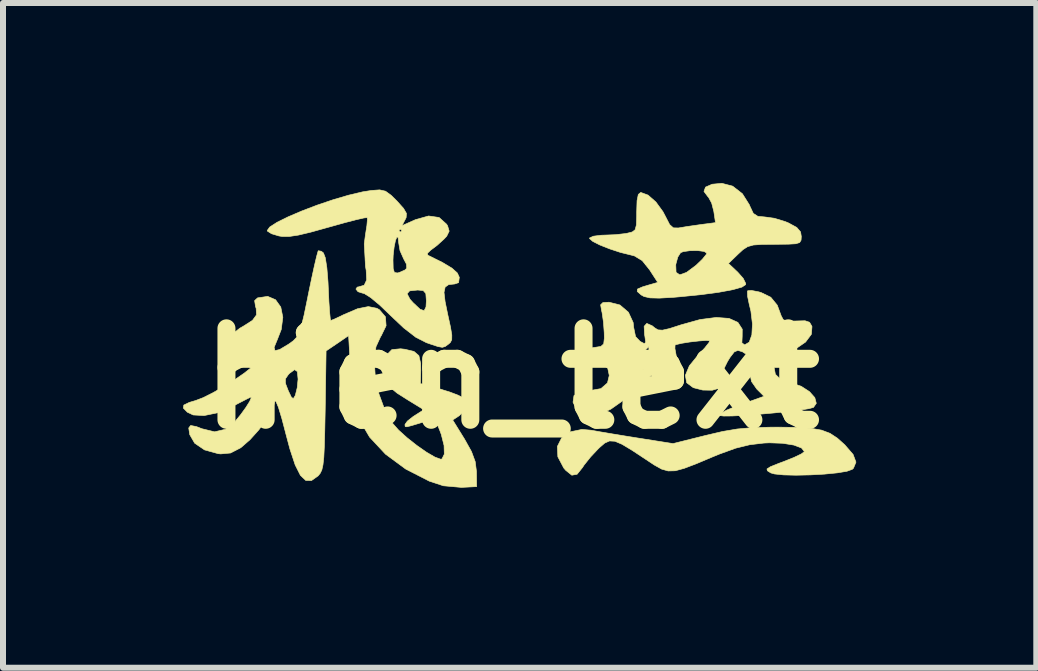
<source format=kicad_pcb>
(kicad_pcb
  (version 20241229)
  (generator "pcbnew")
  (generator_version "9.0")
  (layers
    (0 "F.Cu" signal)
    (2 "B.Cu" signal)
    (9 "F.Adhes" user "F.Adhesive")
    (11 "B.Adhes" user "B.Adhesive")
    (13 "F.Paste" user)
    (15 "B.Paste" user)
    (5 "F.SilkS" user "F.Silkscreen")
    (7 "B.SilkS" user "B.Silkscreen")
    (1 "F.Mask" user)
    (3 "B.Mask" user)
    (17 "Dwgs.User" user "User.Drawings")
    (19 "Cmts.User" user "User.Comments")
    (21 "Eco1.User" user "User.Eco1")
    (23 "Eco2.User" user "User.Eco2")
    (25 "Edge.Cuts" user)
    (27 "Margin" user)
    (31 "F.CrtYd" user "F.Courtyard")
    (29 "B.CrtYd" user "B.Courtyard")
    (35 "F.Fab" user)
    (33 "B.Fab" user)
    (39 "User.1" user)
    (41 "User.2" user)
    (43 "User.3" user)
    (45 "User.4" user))
  (footprint "hien_text"
    (layer "F.Cu")
    (at 5.477 3.256)
    (property "Reference" "hien_text" (at 0 0 0) (layer "F.SilkS") (effects (font (size 1.524 1.524) (thickness 0.3))))
    (attr through_hole)
    (fp_poly (pts (xy 4.747 0.816) (xy 4.985 0.831) (xy 5.164 0.862) (xy 5.304 0.915) (xy 5.426 0.995) (xy 5.55 1.106) (xy 5.689 1.267) (xy 5.737 1.395) (xy 5.695 1.497) (xy 5.675 1.515) (xy 5.587 1.547) (xy 5.424 1.574) (xy 5.21 1.595) (xy 4.973 1.608) (xy 4.738 1.613) (xy 4.531 1.608) (xy 4.378 1.592) (xy 4.318 1.575) (xy 4.261 1.539) (xy 4.254 1.509) (xy 4.311 1.472) (xy 4.445 1.418) (xy 4.537 1.384) (xy 4.704 1.317) (xy 4.825 1.259) (xy 4.876 1.222) (xy 4.877 1.22) (xy 4.83 1.159) (xy 4.703 1.111) (xy 4.517 1.081) (xy 4.295 1.073) (xy 4.203 1.077) (xy 3.967 1.105) (xy 3.734 1.162) (xy 3.466 1.259) (xy 3.353 1.305) (xy 3.078 1.421) (xy 2.876 1.498) (xy 2.726 1.539) (xy 2.607 1.542) (xy 2.498 1.511) (xy 2.378 1.444) (xy 2.239 1.352) (xy 2.006 1.198) (xy 1.84 1.098) (xy 1.72 1.047) (xy 1.63 1.042) (xy 1.551 1.077) (xy 1.466 1.15) (xy 1.443 1.172) (xy 1.315 1.308) (xy 1.207 1.443) (xy 1.179 1.486) (xy 1.09 1.597) (xy 1.002 1.613) (xy 0.9 1.531) (xy 0.867 1.492) (xy 0.769 1.306) (xy 0.761 1.134) (xy 0.833 0.99) (xy 0.972 0.891) (xy 1.169 0.85) (xy 1.323 0.863) (xy 1.468 0.889) (xy 1.681 0.925) (xy 1.931 0.966) (xy 2.119 0.996) (xy 2.689 1.086) (xy 3.237 0.949) (xy 3.515 0.884) (xy 3.758 0.843) (xy 4.005 0.821) (xy 4.297 0.813) (xy 4.429 0.812) (xy 4.747 0.816)) (stroke (width 0.01) (type solid)) (fill yes) (layer "F.SilkS"))
    (fp_poly (pts (xy 3.682 -3.204) (xy 3.844 -3.078) (xy 3.96 -2.894) (xy 3.97 -2.869) (xy 4.026 -2.75) (xy 4.102 -2.701) (xy 4.214 -2.691) (xy 4.376 -2.669) (xy 4.559 -2.613) (xy 4.61 -2.592) (xy 4.75 -2.516) (xy 4.814 -2.441) (xy 4.826 -2.365) (xy 4.822 -2.303) (xy 4.798 -2.264) (xy 4.734 -2.244) (xy 4.61 -2.237) (xy 4.406 -2.235) (xy 4.384 -2.235) (xy 4.169 -2.233) (xy 4.027 -2.223) (xy 3.931 -2.196) (xy 3.854 -2.146) (xy 3.777 -2.075) (xy 3.612 -1.916) (xy 3.766 -1.771) (xy 3.858 -1.667) (xy 3.9 -1.582) (xy 3.899 -1.563) (xy 3.837 -1.522) (xy 3.685 -1.479) (xy 3.455 -1.436) (xy 3.158 -1.396) (xy 2.806 -1.361) (xy 2.692 -1.351) (xy 2.46 -1.338) (xy 2.305 -1.342) (xy 2.205 -1.365) (xy 2.158 -1.391) (xy 2.092 -1.449) (xy 2.096 -1.489) (xy 2.181 -1.526) (xy 2.271 -1.553) (xy 2.434 -1.6) (xy 2.297 -1.811) (xy 2.232 -1.892) (xy 2.734 -1.892) (xy 2.739 -1.768) (xy 2.801 -1.726) (xy 2.914 -1.767) (xy 3.072 -1.885) (xy 3.178 -1.987) (xy 3.242 -2.066) (xy 3.251 -2.088) (xy 3.207 -2.116) (xy 3.102 -2.13) (xy 2.972 -2.129) (xy 2.859 -2.113) (xy 2.814 -2.095) (xy 2.768 -2.022) (xy 2.734 -1.898) (xy 2.734 -1.892) (xy 2.232 -1.892) (xy 2.175 -1.963) (xy 2.046 -2.041) (xy 1.985 -2.057) (xy 1.811 -2.1) (xy 1.632 -2.159) (xy 1.47 -2.223) (xy 1.35 -2.284) (xy 1.297 -2.331) (xy 1.298 -2.341) (xy 1.362 -2.37) (xy 1.489 -2.386) (xy 1.546 -2.388) (xy 1.728 -2.395) (xy 1.897 -2.414) (xy 1.924 -2.419) (xy 2.01 -2.441) (xy 2.057 -2.478) (xy 2.078 -2.557) (xy 2.083 -2.704) (xy 2.083 -2.775) (xy 2.089 -2.963) (xy 2.11 -3.066) (xy 2.15 -3.099) (xy 2.152 -3.099) (xy 2.272 -3.055) (xy 2.403 -2.94) (xy 2.521 -2.778) (xy 2.565 -2.694) (xy 2.632 -2.564) (xy 2.694 -2.509) (xy 2.778 -2.507) (xy 2.79 -2.509) (xy 2.922 -2.531) (xy 3.096 -2.556) (xy 3.159 -2.565) (xy 3.396 -2.596) (xy 3.368 -2.784) (xy 3.332 -2.923) (xy 3.279 -3.02) (xy 3.27 -3.028) (xy 3.204 -3.116) (xy 3.23 -3.188) (xy 3.34 -3.236) (xy 3.503 -3.251) (xy 3.682 -3.204)) (stroke (width 0.01) (type solid)) (fill yes) (layer "F.SilkS"))
    (fp_poly (pts (xy -2.103 -3.12) (xy -2.008 -3.051) (xy -1.913 -2.957) (xy -1.802 -2.833) (xy -1.754 -2.75) (xy -1.759 -2.68) (xy -1.774 -2.65) (xy -1.829 -2.545) (xy -1.605 -2.645) (xy -1.385 -2.707) (xy -1.21 -2.682) (xy -1.084 -2.569) (xy -1.068 -2.542) (xy -1.042 -2.454) (xy -1.083 -2.37) (xy -1.13 -2.32) (xy -1.246 -2.215) (xy -1.348 -2.139) (xy -1.406 -2.084) (xy -1.397 -2.053) (xy -1.155 -1.933) (xy -0.995 -1.837) (xy -0.906 -1.757) (xy -0.873 -1.685) (xy -0.885 -1.596) (xy -0.949 -1.574) (xy -1.051 -1.563) (xy -1.109 -1.522) (xy -1.128 -1.434) (xy -1.11 -1.281) (xy -1.066 -1.066) (xy -1.02 -0.856) (xy -0.998 -0.724) (xy -0.999 -0.645) (xy -1.023 -0.598) (xy -1.053 -0.572) (xy -1.108 -0.532) (xy -1.156 -0.518) (xy -1.229 -0.531) (xy -1.356 -0.573) (xy -1.422 -0.596) (xy -1.597 -0.685) (xy -1.8 -0.842) (xy -2.019 -1.049) (xy -2.196 -1.219) (xy -2.347 -1.345) (xy -2.451 -1.411) (xy -1.743 -1.411) (xy -1.695 -1.32) (xy -1.642 -1.261) (xy -1.527 -1.153) (xy -1.459 -1.129) (xy -1.428 -1.191) (xy -1.422 -1.295) (xy -1.431 -1.415) (xy -1.474 -1.464) (xy -1.566 -1.473) (xy -1.701 -1.459) (xy -1.743 -1.411) (xy -2.451 -1.411) (xy -2.456 -1.414) (xy -2.489 -1.422) (xy -2.561 -1.445) (xy -2.596 -1.489) (xy -2.573 -1.522) (xy -2.553 -1.525) (xy -2.458 -1.553) (xy -2.417 -1.641) (xy -2.425 -1.802) (xy -2.437 -1.87) (xy -2.442 -1.973) (xy -1.978 -1.973) (xy -1.975 -1.831) (xy -1.955 -1.766) (xy -1.906 -1.757) (xy -1.879 -1.763) (xy -1.782 -1.805) (xy -1.749 -1.835) (xy -1.754 -1.905) (xy -1.8 -1.992) (xy -1.861 -2.129) (xy -1.883 -2.259) (xy -1.893 -2.349) (xy -1.913 -2.357) (xy -1.937 -2.298) (xy -1.959 -2.19) (xy -1.975 -2.051) (xy -1.978 -1.973) (xy -2.442 -1.973) (xy -2.457 -2.241) (xy -2.437 -2.396) (xy -2.426 -2.464) (xy -1.88 -2.464) (xy -1.854 -2.438) (xy -1.829 -2.464) (xy -1.854 -2.489) (xy -1.88 -2.464) (xy -2.426 -2.464) (xy -2.413 -2.547) (xy -2.404 -2.652) (xy -2.409 -2.68) (xy -2.463 -2.674) (xy -2.595 -2.644) (xy -2.787 -2.594) (xy -3.019 -2.529) (xy -3.059 -2.518) (xy -3.346 -2.438) (xy -3.556 -2.388) (xy -3.71 -2.365) (xy -3.828 -2.366) (xy -3.879 -2.374) (xy -4.002 -2.411) (xy -4.07 -2.454) (xy -4.074 -2.464) (xy -4.033 -2.522) (xy -3.911 -2.601) (xy -3.727 -2.692) (xy -3.498 -2.79) (xy -3.241 -2.888) (xy -2.975 -2.978) (xy -2.716 -3.054) (xy -2.484 -3.109) (xy -2.339 -3.132) (xy -2.2 -3.142) (xy -2.103 -3.12)) (stroke (width 0.01) (type solid)) (fill yes) (layer "F.SilkS"))
    (fp_poly (pts (xy 4.115 -1.443) (xy 4.156 -1.431) (xy 4.317 -1.353) (xy 4.425 -1.221) (xy 4.492 -1.041) (xy 4.526 -0.978) (xy 4.599 -0.953) (xy 4.743 -0.957) (xy 4.744 -0.957) (xy 4.888 -0.961) (xy 4.963 -0.936) (xy 5.001 -0.872) (xy 5.004 -0.864) (xy 4.994 -0.736) (xy 4.897 -0.606) (xy 4.724 -0.487) (xy 4.59 -0.426) (xy 4.451 -0.363) (xy 4.386 -0.299) (xy 4.369 -0.207) (xy 4.369 -0.203) (xy 4.394 -0.069) (xy 4.483 0.017) (xy 4.654 0.073) (xy 4.659 0.074) (xy 4.826 0.132) (xy 4.962 0.22) (xy 5.051 0.32) (xy 5.076 0.415) (xy 5.029 0.483) (xy 4.953 0.504) (xy 4.8 0.528) (xy 4.592 0.553) (xy 4.353 0.577) (xy 4.105 0.599) (xy 3.87 0.616) (xy 3.671 0.626) (xy 3.531 0.627) (xy 3.475 0.62) (xy 3.481 0.585) (xy 3.582 0.528) (xy 3.773 0.451) (xy 3.805 0.44) (xy 4.205 0.298) (xy 4.084 0.177) (xy 3.996 0.051) (xy 3.964 -0.113) (xy 3.962 -0.167) (xy 3.952 -0.317) (xy 3.912 -0.4) (xy 3.845 -0.444) (xy 3.769 -0.467) (xy 3.709 -0.442) (xy 3.639 -0.351) (xy 3.596 -0.281) (xy 3.515 -0.118) (xy 3.501 -0.011) (xy 3.508 0.004) (xy 3.524 0.095) (xy 3.461 0.162) (xy 3.341 0.197) (xy 3.183 0.194) (xy 3.026 0.154) (xy 2.916 0.072) (xy 2.894 -0.051) (xy 2.96 -0.209) (xy 3.108 -0.391) (xy 3.217 -0.508) (xy 3.286 -0.595) (xy 3.299 -0.628) (xy 3.24 -0.633) (xy 3.118 -0.624) (xy 2.969 -0.607) (xy 2.831 -0.585) (xy 2.738 -0.563) (xy 2.722 -0.555) (xy 2.72 -0.497) (xy 2.742 -0.377) (xy 2.755 -0.327) (xy 2.784 -0.126) (xy 2.763 0.036) (xy 2.703 0.146) (xy 2.615 0.19) (xy 2.509 0.155) (xy 2.432 0.08) (xy 2.329 -0.052) (xy 2.041 0.207) (xy 1.827 0.389) (xy 1.655 0.51) (xy 1.497 0.586) (xy 1.338 0.632) (xy 1.212 0.642) (xy 1.13 0.592) (xy 1.097 0.55) (xy 1.022 0.397) (xy 1.038 0.286) (xy 1.144 0.221) (xy 1.303 0.203) (xy 1.487 0.17) (xy 1.596 0.075) (xy 1.626 -0.049) (xy 1.6 -0.171) (xy 1.562 -0.197) (xy 2.054 -0.197) (xy 2.085 -0.14) (xy 2.166 -0.144) (xy 2.189 -0.155) (xy 2.269 -0.254) (xy 2.286 -0.369) (xy 2.286 -0.531) (xy 2.157 -0.402) (xy 2.077 -0.292) (xy 2.054 -0.197) (xy 1.562 -0.197) (xy 1.511 -0.231) (xy 1.389 -0.288) (xy 1.281 -0.369) (xy 1.222 -0.446) (xy 1.219 -0.462) (xy 1.264 -0.493) (xy 1.372 -0.516) (xy 1.384 -0.517) (xy 1.486 -0.533) (xy 1.533 -0.575) (xy 1.544 -0.671) (xy 1.542 -0.762) (xy 1.529 -0.939) (xy 1.506 -1.097) (xy 1.498 -1.13) (xy 1.482 -1.227) (xy 1.52 -1.264) (xy 1.622 -1.27) (xy 1.803 -1.224) (xy 1.945 -1.103) (xy 2.024 -0.932) (xy 2.032 -0.853) (xy 2.064 -0.697) (xy 2.14 -0.617) (xy 2.21 -0.58) (xy 2.233 -0.6) (xy 2.22 -0.698) (xy 2.214 -0.732) (xy 2.207 -0.868) (xy 2.251 -0.917) (xy 2.343 -0.876) (xy 2.384 -0.842) (xy 2.438 -0.809) (xy 2.512 -0.804) (xy 2.631 -0.831) (xy 2.819 -0.892) (xy 3.138 -0.981) (xy 3.408 -1.016) (xy 3.622 -1) (xy 3.769 -0.934) (xy 3.842 -0.821) (xy 3.841 -0.703) (xy 3.836 -0.593) (xy 3.882 -0.559) (xy 3.882 -0.559) (xy 3.958 -0.604) (xy 4.002 -0.726) (xy 4.012 -0.906) (xy 3.986 -1.122) (xy 3.958 -1.237) (xy 3.931 -1.367) (xy 3.928 -1.451) (xy 3.933 -1.461) (xy 3.995 -1.466) (xy 4.115 -1.443)) (stroke (width 0.01) (type solid)) (fill yes) (layer "F.SilkS"))
    (fp_poly (pts (xy -3.172 -2.119) (xy -3.137 -2.091) (xy -3.106 -2.01) (xy -3.08 -1.843) (xy -3.061 -1.608) (xy -3.056 -1.497) (xy -3.046 -1.279) (xy -3.034 -1.104) (xy -3.023 -0.993) (xy -3.015 -0.965) (xy -2.96 -0.986) (xy -2.849 -1.038) (xy -2.805 -1.06) (xy -2.569 -1.161) (xy -2.389 -1.197) (xy -2.248 -1.169) (xy -2.204 -1.144) (xy -2.104 -1.027) (xy -2.093 -0.878) (xy -2.174 -0.711) (xy -2.184 -0.697) (xy -2.262 -0.527) (xy -2.29 -0.294) (xy -2.273 -0.024) (xy -2.213 0.257) (xy -2.114 0.526) (xy -1.987 0.746) (xy -1.886 0.86) (xy -1.743 0.989) (xy -1.581 1.117) (xy -1.419 1.23) (xy -1.28 1.311) (xy -1.185 1.346) (xy -1.163 1.343) (xy -1.123 1.263) (xy -1.127 1.118) (xy -1.174 0.932) (xy -1.198 0.868) (xy -1.278 0.668) (xy -1.515 0.74) (xy -1.667 0.786) (xy -1.746 0.806) (xy -1.774 0.803) (xy -1.778 0.779) (xy -1.778 0.767) (xy -1.739 0.712) (xy -1.643 0.636) (xy -1.621 0.622) (xy -1.464 0.522) (xy -1.735 0.356) (xy -1.91 0.245) (xy -2.009 0.163) (xy -2.049 0.09) (xy -2.042 0.007) (xy -2.023 -0.055) (xy -2.003 -0.22) (xy -2.034 -0.308) (xy -2.059 -0.417) (xy -1.997 -0.48) (xy -1.852 -0.494) (xy -1.782 -0.486) (xy -1.629 -0.45) (xy -1.547 -0.38) (xy -1.517 -0.251) (xy -1.515 -0.138) (xy -1.52 0.086) (xy -1.206 0.173) (xy -1.031 0.227) (xy -0.892 0.28) (xy -0.827 0.314) (xy -0.766 0.419) (xy -0.792 0.537) (xy -0.872 0.62) (xy -0.983 0.693) (xy -0.786 1.011) (xy -0.67 1.219) (xy -0.608 1.387) (xy -0.587 1.552) (xy -0.587 1.566) (xy -0.584 1.803) (xy -0.838 1.816) (xy -1.139 1.789) (xy -1.373 1.712) (xy -1.767 1.51) (xy -2.103 1.262) (xy -2.368 0.978) (xy -2.547 0.673) (xy -2.569 0.616) (xy -2.609 0.46) (xy -2.647 0.237) (xy -2.676 -0.021) (xy -2.686 -0.166) (xy -2.718 -0.713) (xy -2.905 -0.585) (xy -3.093 -0.458) (xy -3.108 0.532) (xy -3.115 0.875) (xy -3.122 1.131) (xy -3.131 1.314) (xy -3.145 1.441) (xy -3.164 1.525) (xy -3.191 1.581) (xy -3.226 1.624) (xy -3.229 1.626) (xy -3.336 1.702) (xy -3.432 1.7) (xy -3.521 1.615) (xy -3.608 1.442) (xy -3.696 1.176) (xy -3.759 0.94) (xy -3.83 0.669) (xy -3.887 0.481) (xy -3.929 0.382) (xy -3.954 0.375) (xy -3.961 0.432) (xy -3.997 0.541) (xy -4.089 0.692) (xy -4.216 0.86) (xy -4.359 1.019) (xy -4.499 1.142) (xy -4.522 1.159) (xy -4.685 1.243) (xy -4.849 1.258) (xy -4.891 1.254) (xy -5.119 1.191) (xy -5.283 1.079) (xy -5.365 0.937) (xy -5.382 0.826) (xy -5.35 0.784) (xy -5.253 0.803) (xy -5.164 0.838) (xy -4.951 0.89) (xy -4.769 0.847) (xy -4.612 0.72) (xy -4.518 0.606) (xy -4.431 0.486) (xy -4.366 0.383) (xy -4.339 0.32) (xy -4.351 0.312) (xy -4.416 0.344) (xy -4.542 0.409) (xy -4.665 0.473) (xy -4.903 0.573) (xy -5.126 0.619) (xy -5.308 0.609) (xy -5.405 0.563) (xy -5.472 0.494) (xy -5.464 0.444) (xy -5.373 0.4) (xy -5.265 0.368) (xy -5.14 0.32) (xy -4.977 0.238) (xy -4.795 0.134) (xy -4.711 0.081) (xy -3.771 0.081) (xy -3.724 0.203) (xy -3.672 0.312) (xy -3.639 0.337) (xy -3.609 0.288) (xy -3.605 0.279) (xy -3.574 0.155) (xy -3.56 0.013) (xy -3.572 -0.114) (xy -3.618 -0.146) (xy -3.703 -0.084) (xy -3.722 -0.064) (xy -3.77 0.006) (xy -3.771 0.081) (xy -4.711 0.081) (xy -4.616 0.022) (xy -4.458 -0.087) (xy -4.343 -0.178) (xy -4.291 -0.239) (xy -4.291 -0.251) (xy -4.354 -0.289) (xy -4.47 -0.322) (xy -4.621 -0.398) (xy -4.684 -0.485) (xy -4.715 -0.618) (xy -4.667 -0.73) (xy -4.53 -0.837) (xy -4.472 -0.87) (xy -4.32 -0.967) (xy -4.253 -1.058) (xy -4.258 -1.166) (xy -4.269 -1.198) (xy -4.284 -1.296) (xy -4.235 -1.342) (xy -4.066 -1.367) (xy -3.935 -1.311) (xy -3.848 -1.189) (xy -3.814 -1.019) (xy -3.84 -0.816) (xy -3.906 -0.646) (xy -3.959 -0.518) (xy -3.946 -0.463) (xy -3.867 -0.481) (xy -3.717 -0.571) (xy -3.707 -0.578) (xy -3.637 -0.629) (xy -3.584 -0.685) (xy -3.541 -0.762) (xy -3.503 -0.879) (xy -3.46 -1.054) (xy -3.408 -1.306) (xy -3.389 -1.401) (xy -3.336 -1.656) (xy -3.289 -1.872) (xy -3.251 -2.033) (xy -3.227 -2.119) (xy -3.223 -2.128) (xy -3.172 -2.119)) (stroke (width 0.01) (type solid)) (fill yes) (layer "F.SilkS")))
  (gr_rect
    (start -3 -3)
    (end 14.219 8.077)
    (stroke (width 0.1) (type default))
    (fill no)
    (layer "Edge.Cuts")))
</source>
